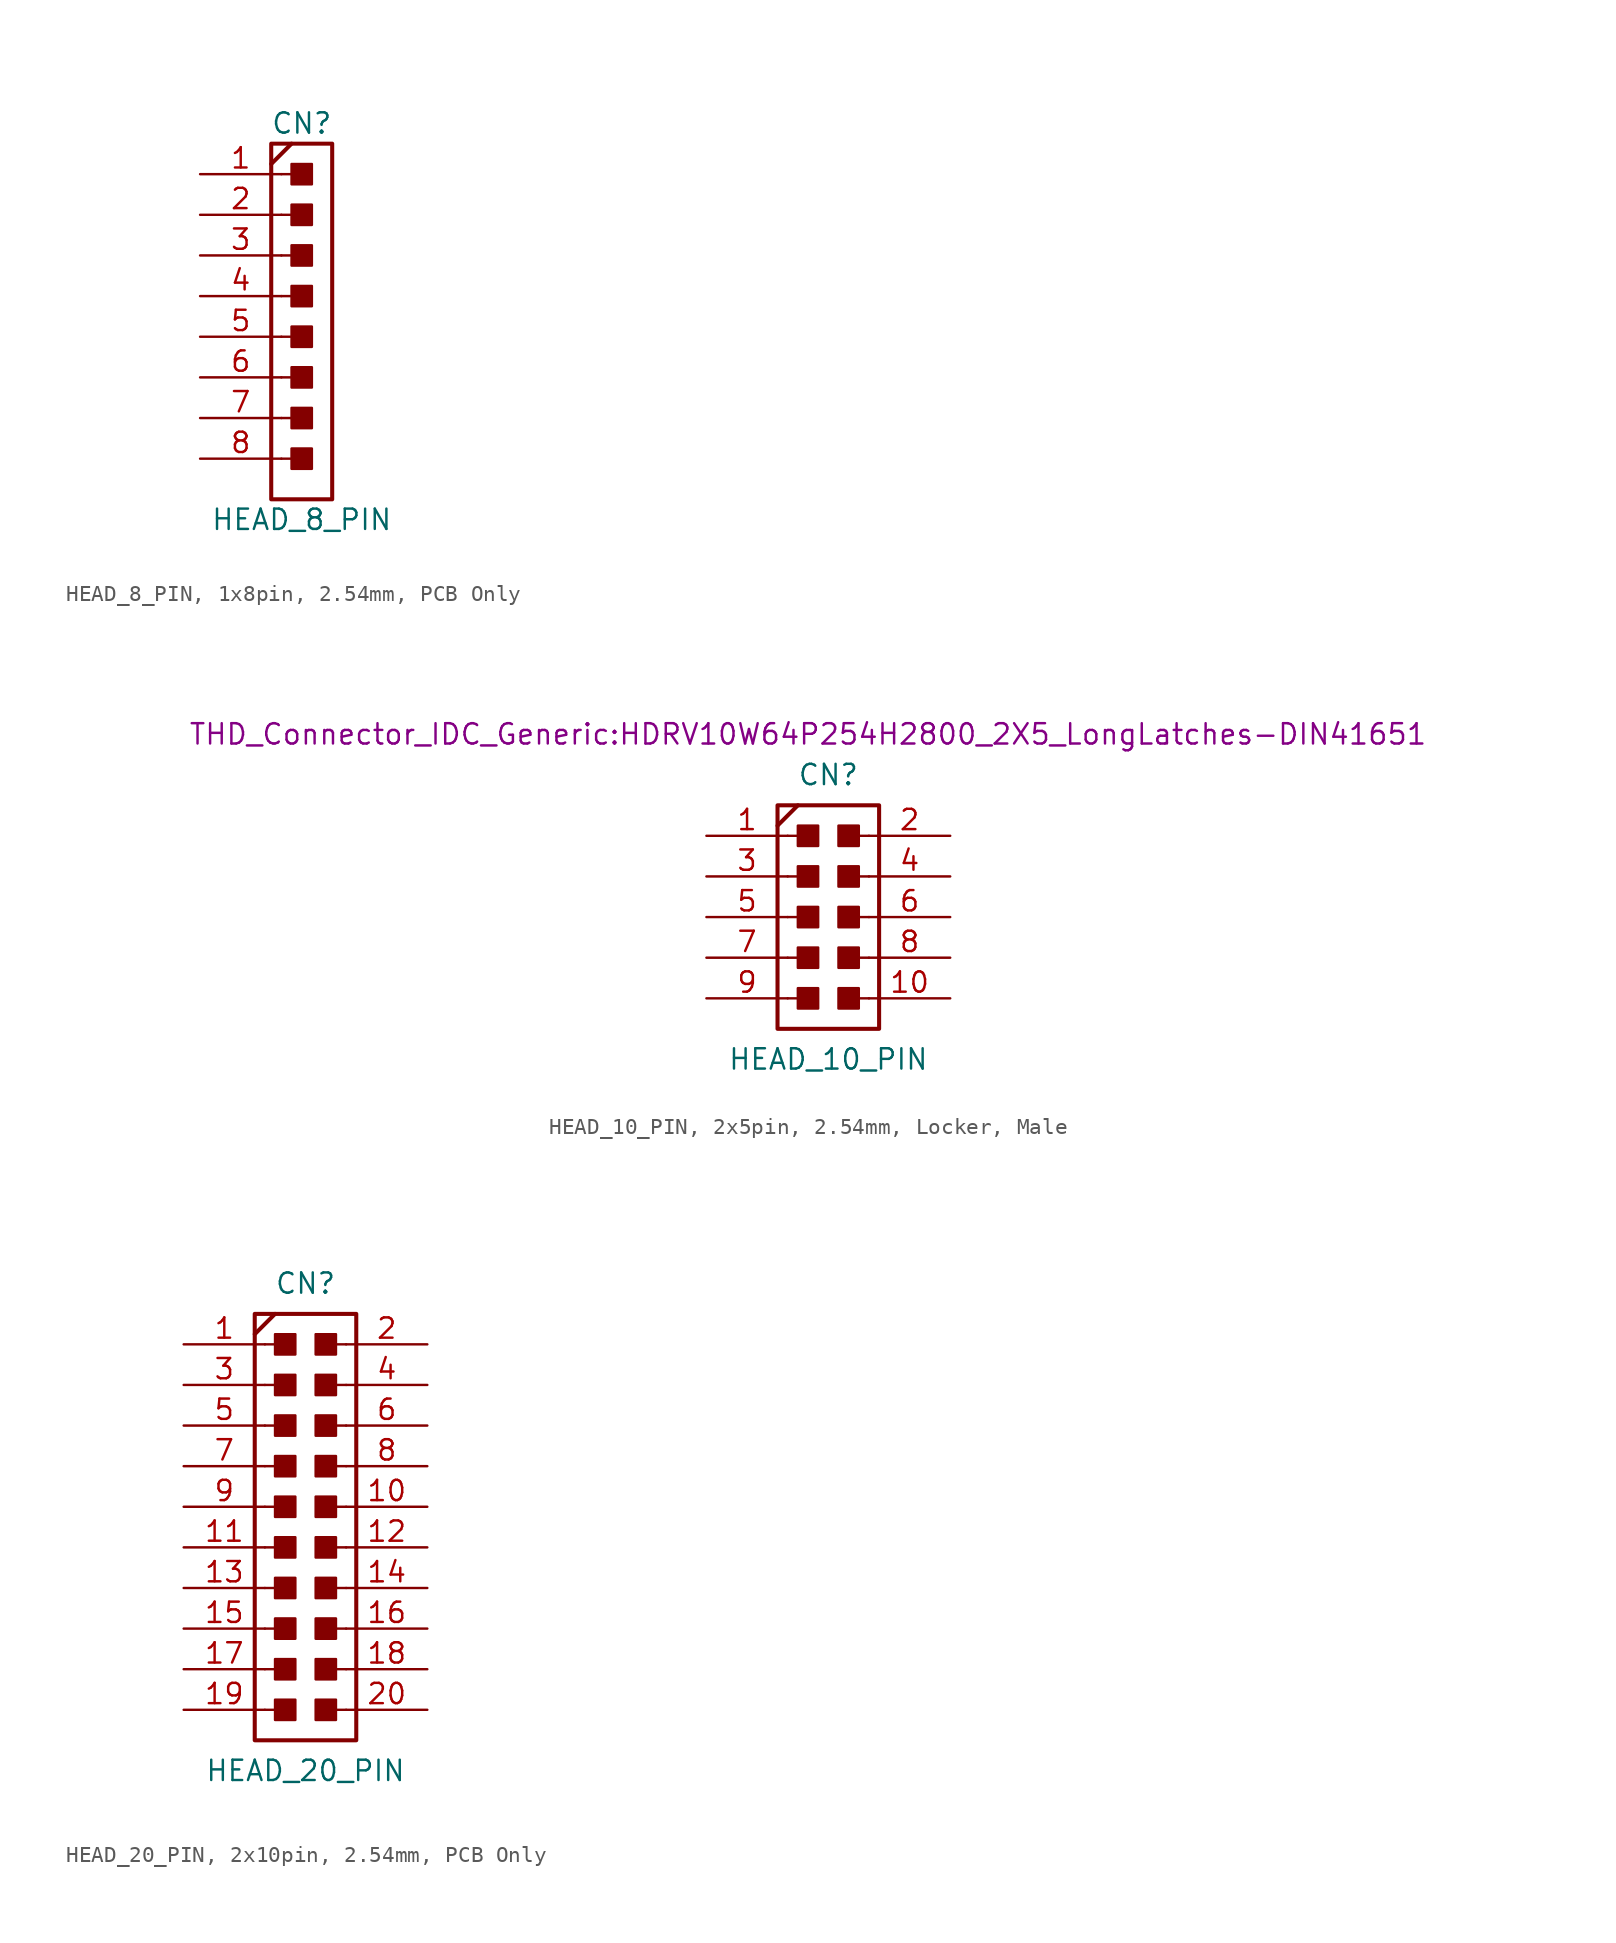
<source format=kicad_sym>
(kicad_symbol_lib
  (version 20231120)
  (generator "kicad_symbol_editor")
  (generator_version "8.0")
  (symbol "HEAD_8_PIN, 1x8pin, 2.54mm, PCB Only"
    (pin_names
      (offset 1.016) hide)
    (property "Reference" "CN"
      (at 0 12.065 0)
      (effects (font (size 1.27 1.27))))
    (property "Value" "HEAD_8_PIN"
      (at 0 -12.7 0)
      (effects (font (size 1.27 1.27))))
    (symbol "HEAD_8_PIN, 1x8pin, 2.54mm, PCB Only_1_0"
      (polyline (pts (xy -1.905 9.525) (xy -0.635 10.795)) (stroke (width 0.254) (type default)) (fill (type none)))
      (polyline (pts (xy -1.27 -8.89) (xy 0 -8.89)) (stroke (width 0) (type default)) (fill (type none)))
      (polyline (pts (xy -1.27 -6.35) (xy 0 -6.35)) (stroke (width 0) (type default)) (fill (type none)))
      (polyline (pts (xy -1.27 -3.81) (xy 0 -3.81)) (stroke (width 0) (type default)) (fill (type none)))
      (polyline (pts (xy -1.27 -1.27) (xy 0 -1.27)) (stroke (width 0) (type default)) (fill (type none)))
      (polyline (pts (xy -1.27 1.27) (xy 0 1.27)) (stroke (width 0) (type default)) (fill (type none)))
      (polyline (pts (xy -1.27 3.81) (xy 0 3.81)) (stroke (width 0) (type default)) (fill (type none)))
      (polyline (pts (xy -1.27 6.35) (xy 0 6.35)) (stroke (width 0) (type default)) (fill (type none)))
      (polyline (pts (xy -1.27 8.89) (xy 0 8.89)) (stroke (width 0) (type default)) (fill (type none))))
    (symbol "HEAD_8_PIN, 1x8pin, 2.54mm, PCB Only_1_1"
      (rectangle (start -1.905 10.795) (end 1.905 -11.43) (stroke (width 0.254) (type default)) (fill (type none)))
      (rectangle (start -0.635 -9.525) (end 0.635 -8.255) (stroke (width 0) (type default)) (fill (type outline)))
      (rectangle (start -0.635 -6.985) (end 0.635 -5.715) (stroke (width 0) (type default)) (fill (type outline)))
      (rectangle (start -0.635 -4.445) (end 0.635 -3.175) (stroke (width 0) (type default)) (fill (type outline)))
      (rectangle (start -0.635 -1.905) (end 0.635 -0.635) (stroke (width 0) (type default)) (fill (type outline)))
      (rectangle (start -0.635 0.635) (end 0.635 1.905) (stroke (width 0) (type default)) (fill (type outline)))
      (rectangle (start -0.635 3.175) (end 0.635 4.445) (stroke (width 0) (type default)) (fill (type outline)))
      (rectangle (start -0.635 5.715) (end 0.635 6.985) (stroke (width 0) (type default)) (fill (type outline)))
      (rectangle (start -0.635 8.255) (end 0.635 9.525) (stroke (width 0) (type default)) (fill (type outline)))
      (pin passive line (at -6.35 8.89 0) (length 5.08) (name "1" (effects (font (size 1.27 1.27)))) (number "1" (effects (font (size 1.27 1.27)))))
      (pin passive line (at -6.35 6.35 0) (length 5.08) (name "2" (effects (font (size 1.27 1.27)))) (number "2" (effects (font (size 1.27 1.27)))))
      (pin passive line (at -6.35 3.81 0) (length 5.08) (name "3" (effects (font (size 1.27 1.27)))) (number "3" (effects (font (size 1.27 1.27)))))
      (pin passive line (at -6.35 1.27 0) (length 5.08) (name "4" (effects (font (size 1.27 1.27)))) (number "4" (effects (font (size 1.27 1.27)))))
      (pin passive line (at -6.35 -1.27 0) (length 5.08) (name "5" (effects (font (size 1.27 1.27)))) (number "5" (effects (font (size 1.27 1.27)))))
      (pin passive line (at -6.35 -3.81 0) (length 5.08) (name "6" (effects (font (size 1.27 1.27)))) (number "6" (effects (font (size 1.27 1.27)))))
      (pin passive line (at -6.35 -6.35 0) (length 5.08) (name "7" (effects (font (size 1.27 1.27)))) (number "7" (effects (font (size 1.27 1.27)))))
      (pin passive line (at -6.35 -8.89 0) (length 5.08) (name "8" (effects (font (size 1.27 1.27)))) (number "8" (effects (font (size 1.27 1.27)))))))
  (symbol "HEAD_10_PIN, 2x5pin, 2.54mm, Locker, Male"
    (pin_names
      (offset 1.016) hide)
    (property "Reference" "CN"
      (at 0 8.89 0)
      (effects (font (size 1.27 1.27))))
    (property "Value" "HEAD_10_PIN"
      (at 0 -8.89 0)
      (effects (font (size 1.27 1.27))))
    (property "Footprint" "THD_Connector_IDC_Generic:HDRV10W64P254H2800_2X5_LongLatches-DIN41651"
      (at -1.27 11.43 0)
      (effects (font (size 1.27 1.27))))
    (symbol "HEAD_10_PIN, 2x5pin, 2.54mm, Locker, Male_1_0"
      (polyline (pts (xy -3.175 5.715) (xy -1.905 6.985)) (stroke (width 0.254) (type default)) (fill (type none)))
      (polyline (pts (xy -2.54 -5.08) (xy -1.27 -5.08)) (stroke (width 0) (type default)) (fill (type none)))
      (polyline (pts (xy -2.54 -2.54) (xy -1.27 -2.54)) (stroke (width 0) (type default)) (fill (type none)))
      (polyline (pts (xy -2.54 0) (xy -1.27 0)) (stroke (width 0) (type default)) (fill (type none)))
      (polyline (pts (xy -2.54 2.54) (xy -1.27 2.54)) (stroke (width 0) (type default)) (fill (type none)))
      (polyline (pts (xy -2.54 5.08) (xy -1.27 5.08)) (stroke (width 0) (type default)) (fill (type none)))
      (polyline (pts (xy 2.54 -5.08) (xy 1.27 -5.08)) (stroke (width 0) (type default)) (fill (type none)))
      (polyline (pts (xy 2.54 -2.54) (xy 1.27 -2.54)) (stroke (width 0) (type default)) (fill (type none)))
      (polyline (pts (xy 2.54 0) (xy 1.27 0)) (stroke (width 0) (type default)) (fill (type none)))
      (polyline (pts (xy 2.54 2.54) (xy 1.27 2.54)) (stroke (width 0) (type default)) (fill (type none)))
      (polyline (pts (xy 2.54 5.08) (xy 1.27 5.08)) (stroke (width 0) (type default)) (fill (type none))))
    (symbol "HEAD_10_PIN, 2x5pin, 2.54mm, Locker, Male_1_1"
      (rectangle (start -3.175 6.985) (end 3.175 -6.985) (stroke (width 0.254) (type default)) (fill (type none)))
      (rectangle (start -1.905 -5.715) (end -0.635 -4.445) (stroke (width 0) (type default)) (fill (type outline)))
      (rectangle (start -1.905 -3.175) (end -0.635 -1.905) (stroke (width 0) (type default)) (fill (type outline)))
      (rectangle (start -1.905 -0.635) (end -0.635 0.635) (stroke (width 0) (type default)) (fill (type outline)))
      (rectangle (start -1.905 1.905) (end -0.635 3.175) (stroke (width 0) (type default)) (fill (type outline)))
      (rectangle (start -1.905 4.445) (end -0.635 5.715) (stroke (width 0) (type default)) (fill (type outline)))
      (rectangle (start 0.635 -4.445) (end 1.905 -5.715) (stroke (width 0) (type default)) (fill (type outline)))
      (rectangle (start 0.635 -1.905) (end 1.905 -3.175) (stroke (width 0) (type default)) (fill (type outline)))
      (rectangle (start 0.635 0.635) (end 1.905 -0.635) (stroke (width 0) (type default)) (fill (type outline)))
      (rectangle (start 0.635 3.175) (end 1.905 1.905) (stroke (width 0) (type default)) (fill (type outline)))
      (rectangle (start 0.635 5.715) (end 1.905 4.445) (stroke (width 0) (type default)) (fill (type outline)))
      (pin passive line (at -7.62 5.08 0) (length 5.08) (name "1" (effects (font (size 1.27 1.27)))) (number "1" (effects (font (size 1.27 1.27)))))
      (pin passive line (at 7.62 -5.08 180) (length 5.08) (name "10" (effects (font (size 1.27 1.27)))) (number "10" (effects (font (size 1.27 1.27)))))
      (pin passive line (at 7.62 5.08 180) (length 5.08) (name "2" (effects (font (size 1.27 1.27)))) (number "2" (effects (font (size 1.27 1.27)))))
      (pin passive line (at -7.62 2.54 0) (length 5.08) (name "3" (effects (font (size 1.27 1.27)))) (number "3" (effects (font (size 1.27 1.27)))))
      (pin passive line (at 7.62 2.54 180) (length 5.08) (name "4" (effects (font (size 1.27 1.27)))) (number "4" (effects (font (size 1.27 1.27)))))
      (pin passive line (at -7.62 0 0) (length 5.08) (name "5" (effects (font (size 1.27 1.27)))) (number "5" (effects (font (size 1.27 1.27)))))
      (pin passive line (at 7.62 0 180) (length 5.08) (name "6" (effects (font (size 1.27 1.27)))) (number "6" (effects (font (size 1.27 1.27)))))
      (pin passive line (at -7.62 -2.54 0) (length 5.08) (name "7" (effects (font (size 1.27 1.27)))) (number "7" (effects (font (size 1.27 1.27)))))
      (pin passive line (at 7.62 -2.54 180) (length 5.08) (name "8" (effects (font (size 1.27 1.27)))) (number "8" (effects (font (size 1.27 1.27)))))
      (pin passive line (at -7.62 -5.08 0) (length 5.08) (name "9" (effects (font (size 1.27 1.27)))) (number "9" (effects (font (size 1.27 1.27)))))))
  (symbol "HEAD_20_PIN, 2x10pin, 2.54mm, PCB Only"
    (pin_names
      (offset 1.016) hide)
    (property "Reference" "CN"
      (at 0 15.24 0)
      (effects (font (size 1.27 1.27))))
    (property "Value" "HEAD_20_PIN"
      (at 0 -15.24 0)
      (effects (font (size 1.27 1.27))))
    (symbol "HEAD_20_PIN, 2x10pin, 2.54mm, PCB Only_1_0"
      (polyline (pts (xy -3.175 12.065) (xy -1.905 13.335)) (stroke (width 0.254) (type default)) (fill (type none)))
      (polyline (pts (xy -2.54 -11.43) (xy -1.27 -11.43)) (stroke (width 0) (type default)) (fill (type none)))
      (polyline (pts (xy -2.54 -8.89) (xy -1.27 -8.89)) (stroke (width 0) (type default)) (fill (type none)))
      (polyline (pts (xy -2.54 -6.35) (xy -1.27 -6.35)) (stroke (width 0) (type default)) (fill (type none)))
      (polyline (pts (xy -2.54 -3.81) (xy -1.27 -3.81)) (stroke (width 0) (type default)) (fill (type none)))
      (polyline (pts (xy -2.54 -1.27) (xy -1.27 -1.27)) (stroke (width 0) (type default)) (fill (type none)))
      (polyline (pts (xy -2.54 1.27) (xy -1.27 1.27)) (stroke (width 0) (type default)) (fill (type none)))
      (polyline (pts (xy -2.54 3.81) (xy -1.27 3.81)) (stroke (width 0) (type default)) (fill (type none)))
      (polyline (pts (xy -2.54 6.35) (xy -1.27 6.35)) (stroke (width 0) (type default)) (fill (type none)))
      (polyline (pts (xy -2.54 8.89) (xy -1.27 8.89)) (stroke (width 0) (type default)) (fill (type none)))
      (polyline (pts (xy -2.54 11.43) (xy -1.27 11.43)) (stroke (width 0) (type default)) (fill (type none)))
      (polyline (pts (xy 2.54 -11.43) (xy 1.27 -11.43)) (stroke (width 0) (type default)) (fill (type none)))
      (polyline (pts (xy 2.54 -8.89) (xy 1.27 -8.89)) (stroke (width 0) (type default)) (fill (type none)))
      (polyline (pts (xy 2.54 -6.35) (xy 1.27 -6.35)) (stroke (width 0) (type default)) (fill (type none)))
      (polyline (pts (xy 2.54 -3.81) (xy 1.27 -3.81)) (stroke (width 0) (type default)) (fill (type none)))
      (polyline (pts (xy 2.54 -1.27) (xy 1.27 -1.27)) (stroke (width 0) (type default)) (fill (type none)))
      (polyline (pts (xy 2.54 1.27) (xy 1.27 1.27)) (stroke (width 0) (type default)) (fill (type none)))
      (polyline (pts (xy 2.54 3.81) (xy 1.27 3.81)) (stroke (width 0) (type default)) (fill (type none)))
      (polyline (pts (xy 2.54 6.35) (xy 1.27 6.35)) (stroke (width 0) (type default)) (fill (type none)))
      (polyline (pts (xy 2.54 8.89) (xy 1.27 8.89)) (stroke (width 0) (type default)) (fill (type none)))
      (polyline (pts (xy 2.54 11.43) (xy 1.27 11.43)) (stroke (width 0) (type default)) (fill (type none))))
    (symbol "HEAD_20_PIN, 2x10pin, 2.54mm, PCB Only_1_1"
      (rectangle (start -3.175 13.335) (end 3.175 -13.335) (stroke (width 0.254) (type default)) (fill (type none)))
      (rectangle (start -1.905 -12.065) (end -0.635 -10.795) (stroke (width 0) (type default)) (fill (type outline)))
      (rectangle (start -1.905 -9.525) (end -0.635 -8.255) (stroke (width 0) (type default)) (fill (type outline)))
      (rectangle (start -1.905 -6.985) (end -0.635 -5.715) (stroke (width 0) (type default)) (fill (type outline)))
      (rectangle (start -1.905 -4.445) (end -0.635 -3.175) (stroke (width 0) (type default)) (fill (type outline)))
      (rectangle (start -1.905 -1.905) (end -0.635 -0.635) (stroke (width 0) (type default)) (fill (type outline)))
      (rectangle (start -1.905 0.635) (end -0.635 1.905) (stroke (width 0) (type default)) (fill (type outline)))
      (rectangle (start -1.905 3.175) (end -0.635 4.445) (stroke (width 0) (type default)) (fill (type outline)))
      (rectangle (start -1.905 5.715) (end -0.635 6.985) (stroke (width 0) (type default)) (fill (type outline)))
      (rectangle (start -1.905 8.255) (end -0.635 9.525) (stroke (width 0) (type default)) (fill (type outline)))
      (rectangle (start -1.905 10.795) (end -0.635 12.065) (stroke (width 0) (type default)) (fill (type outline)))
      (rectangle (start 0.635 -10.795) (end 1.905 -12.065) (stroke (width 0) (type default)) (fill (type outline)))
      (rectangle (start 0.635 -8.255) (end 1.905 -9.525) (stroke (width 0) (type default)) (fill (type outline)))
      (rectangle (start 0.635 -5.715) (end 1.905 -6.985) (stroke (width 0) (type default)) (fill (type outline)))
      (rectangle (start 0.635 -3.175) (end 1.905 -4.445) (stroke (width 0) (type default)) (fill (type outline)))
      (rectangle (start 0.635 -0.635) (end 1.905 -1.905) (stroke (width 0) (type default)) (fill (type outline)))
      (rectangle (start 0.635 1.905) (end 1.905 0.635) (stroke (width 0) (type default)) (fill (type outline)))
      (rectangle (start 0.635 4.445) (end 1.905 3.175) (stroke (width 0) (type default)) (fill (type outline)))
      (rectangle (start 0.635 6.985) (end 1.905 5.715) (stroke (width 0) (type default)) (fill (type outline)))
      (rectangle (start 0.635 9.525) (end 1.905 8.255) (stroke (width 0) (type default)) (fill (type outline)))
      (rectangle (start 0.635 12.065) (end 1.905 10.795) (stroke (width 0) (type default)) (fill (type outline)))
      (pin passive line (at -7.62 11.43 0) (length 5.08) (name "1" (effects (font (size 1.27 1.27)))) (number "1" (effects (font (size 1.27 1.27)))))
      (pin passive line (at 7.62 1.27 180) (length 5.08) (name "10" (effects (font (size 1.27 1.27)))) (number "10" (effects (font (size 1.27 1.27)))))
      (pin passive line (at -7.62 -1.27 0) (length 5.08) (name "11" (effects (font (size 1.27 1.27)))) (number "11" (effects (font (size 1.27 1.27)))))
      (pin passive line (at 7.62 -1.27 180) (length 5.08) (name "12" (effects (font (size 1.27 1.27)))) (number "12" (effects (font (size 1.27 1.27)))))
      (pin passive line (at -7.62 -3.81 0) (length 5.08) (name "13" (effects (font (size 1.27 1.27)))) (number "13" (effects (font (size 1.27 1.27)))))
      (pin passive line (at 7.62 -3.81 180) (length 5.08) (name "14" (effects (font (size 1.27 1.27)))) (number "14" (effects (font (size 1.27 1.27)))))
      (pin passive line (at -7.62 -6.35 0) (length 5.08) (name "15" (effects (font (size 1.27 1.27)))) (number "15" (effects (font (size 1.27 1.27)))))
      (pin passive line (at 7.62 -6.35 180) (length 5.08) (name "16" (effects (font (size 1.27 1.27)))) (number "16" (effects (font (size 1.27 1.27)))))
      (pin passive line (at -7.62 -8.89 0) (length 5.08) (name "17" (effects (font (size 1.27 1.27)))) (number "17" (effects (font (size 1.27 1.27)))))
      (pin passive line (at 7.62 -8.89 180) (length 5.08) (name "18" (effects (font (size 1.27 1.27)))) (number "18" (effects (font (size 1.27 1.27)))))
      (pin passive line (at -7.62 -11.43 0) (length 5.08) (name "19" (effects (font (size 1.27 1.27)))) (number "19" (effects (font (size 1.27 1.27)))))
      (pin passive line (at 7.62 11.43 180) (length 5.08) (name "2" (effects (font (size 1.27 1.27)))) (number "2" (effects (font (size 1.27 1.27)))))
      (pin passive line (at 7.62 -11.43 180) (length 5.08) (name "20" (effects (font (size 1.27 1.27)))) (number "20" (effects (font (size 1.27 1.27)))))
      (pin passive line (at -7.62 8.89 0) (length 5.08) (name "3" (effects (font (size 1.27 1.27)))) (number "3" (effects (font (size 1.27 1.27)))))
      (pin passive line (at 7.62 8.89 180) (length 5.08) (name "4" (effects (font (size 1.27 1.27)))) (number "4" (effects (font (size 1.27 1.27)))))
      (pin passive line (at -7.62 6.35 0) (length 5.08) (name "5" (effects (font (size 1.27 1.27)))) (number "5" (effects (font (size 1.27 1.27)))))
      (pin passive line (at 7.62 6.35 180) (length 5.08) (name "6" (effects (font (size 1.27 1.27)))) (number "6" (effects (font (size 1.27 1.27)))))
      (pin passive line (at -7.62 3.81 0) (length 5.08) (name "7" (effects (font (size 1.27 1.27)))) (number "7" (effects (font (size 1.27 1.27)))))
      (pin passive line (at 7.62 3.81 180) (length 5.08) (name "8" (effects (font (size 1.27 1.27)))) (number "8" (effects (font (size 1.27 1.27)))))
      (pin passive line (at -7.62 1.27 0) (length 5.08) (name "9" (effects (font (size 1.27 1.27)))) (number "9" (effects (font (size 1.27 1.27))))))))
</source>
